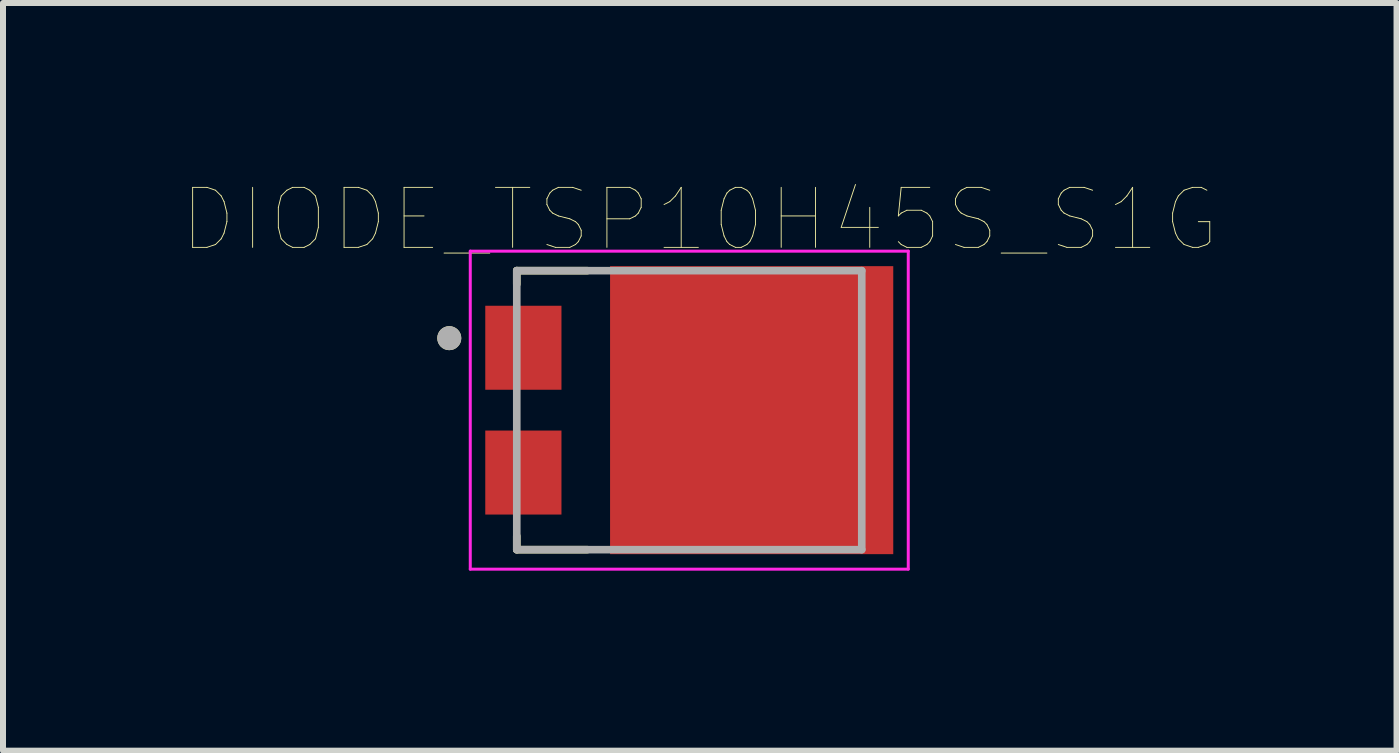
<source format=kicad_pcb>
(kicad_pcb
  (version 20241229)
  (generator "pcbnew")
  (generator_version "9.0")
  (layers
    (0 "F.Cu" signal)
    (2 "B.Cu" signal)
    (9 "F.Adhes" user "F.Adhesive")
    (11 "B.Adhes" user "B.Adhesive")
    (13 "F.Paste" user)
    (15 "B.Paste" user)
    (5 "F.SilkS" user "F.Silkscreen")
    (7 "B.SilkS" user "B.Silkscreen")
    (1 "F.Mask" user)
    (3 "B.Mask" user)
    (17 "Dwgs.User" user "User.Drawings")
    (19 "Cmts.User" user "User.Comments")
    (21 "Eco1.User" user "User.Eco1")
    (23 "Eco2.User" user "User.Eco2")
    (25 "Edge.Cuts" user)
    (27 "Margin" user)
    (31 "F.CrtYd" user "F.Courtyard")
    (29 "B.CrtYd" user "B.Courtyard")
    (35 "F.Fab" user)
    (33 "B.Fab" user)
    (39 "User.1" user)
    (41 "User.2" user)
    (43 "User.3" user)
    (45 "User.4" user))
  (footprint "DIODE_TSP10H45S_S1G"
    (layer "F.Cu")
    (at 8.438 3.786)
    (property "Reference" "DIODE_TSP10H45S_S1G" (at 0.175 -3.175 0) (layer "F.SilkS") (effects (font (size 1 1) (thickness 0.015))))
    (attr through_hole)
    (fp_line (start -2.875 -2.325) (end -2.875 -2.1) (stroke (width 0.127) (type solid)) (layer "F.SilkS"))
    (fp_line (start -2.875 2.325) (end -2.875 2.1) (stroke (width 0.127) (type solid)) (layer "F.SilkS"))
    (fp_line (start -1.7 -2.325) (end -2.875 -2.325) (stroke (width 0.127) (type solid)) (layer "F.SilkS"))
    (fp_line (start -1.7 2.325) (end -2.875 2.325) (stroke (width 0.127) (type solid)) (layer "F.SilkS"))
    (fp_circle (center -4 -1.2) (end -3.9 -1.2) (stroke (width 0.2) (type solid)) (fill no) (layer "F.SilkS"))
    (fp_poly (pts (xy -0.45 -1.52) (xy 2.53 -1.52) (xy 2.53 1.52) (xy -0.45 1.52)) (stroke (width 0.01) (type solid)) (fill yes) (layer "F.Paste"))
    (fp_line (start -3.65 -2.65) (end 3.65 -2.65) (stroke (width 0.05) (type solid)) (layer "F.CrtYd"))
    (fp_line (start -3.65 2.65) (end -3.65 -2.65) (stroke (width 0.05) (type solid)) (layer "F.CrtYd"))
    (fp_line (start 3.65 -2.65) (end 3.65 2.65) (stroke (width 0.05) (type solid)) (layer "F.CrtYd"))
    (fp_line (start 3.65 2.65) (end -3.65 2.65) (stroke (width 0.05) (type solid)) (layer "F.CrtYd"))
    (fp_line (start -2.875 -2.325) (end 2.875 -2.325) (stroke (width 0.127) (type solid)) (layer "F.Fab"))
    (fp_line (start -2.875 2.325) (end -2.875 -2.325) (stroke (width 0.127) (type solid)) (layer "F.Fab"))
    (fp_line (start 2.875 -2.325) (end 2.875 2.325) (stroke (width 0.127) (type solid)) (layer "F.Fab"))
    (fp_line (start 2.875 2.325) (end -2.875 2.325) (stroke (width 0.127) (type solid)) (layer "F.Fab"))
    (fp_circle (center -4 -1.2) (end -3.9 -1.2) (stroke (width 0.2) (type solid)) (fill no) (layer "F.Fab"))
    (pad "1" smd rect (at -2.765 -1.04) (size 1.27 1.4) (layers "F.Cu" "F.Mask" "F.Paste"))
    (pad "2" smd rect (at -2.765 1.04) (size 1.27 1.4) (layers "F.Cu" "F.Mask" "F.Paste"))
    (pad "3" smd rect (at 1.04 0) (size 4.72 4.8) (layers "F.Cu" "F.Mask")))
  (gr_rect
    (start -3 -3)
    (end 20.226 9.461)
    (stroke (width 0.1) (type default))
    (fill no)
    (layer "Edge.Cuts")))
</source>
